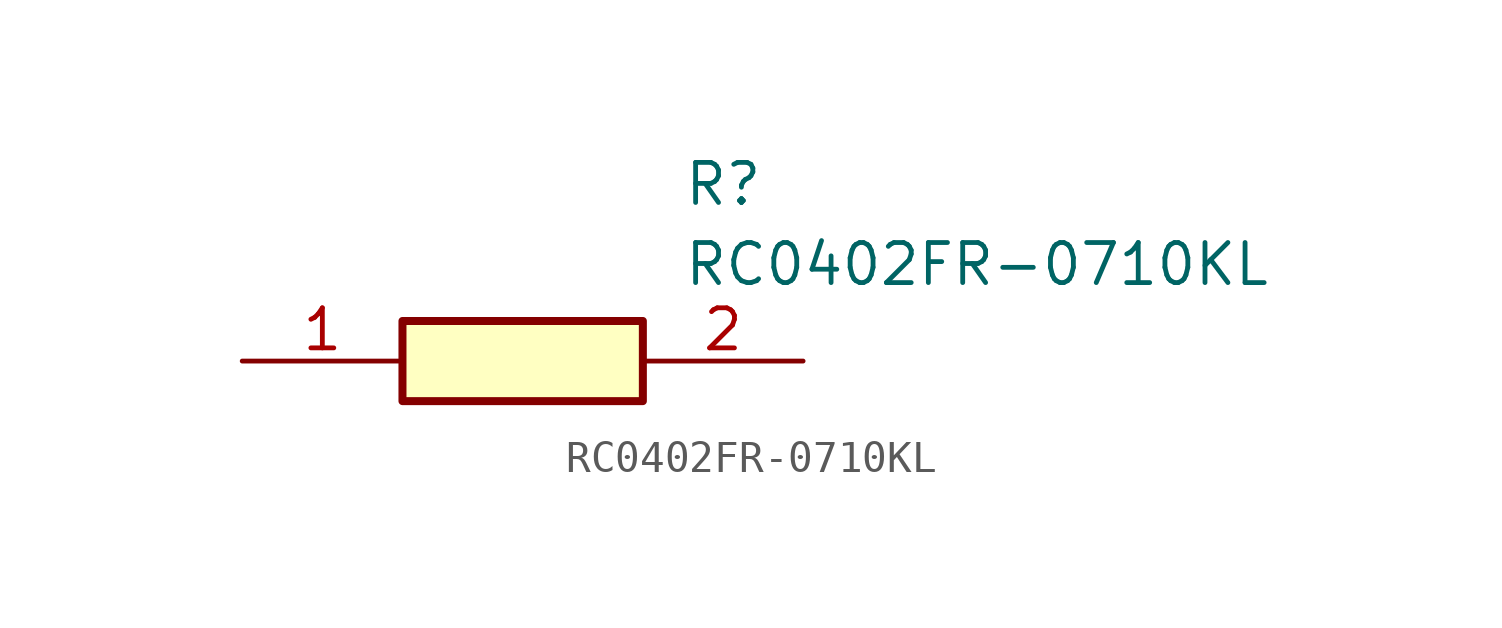
<source format=kicad_sym>
(kicad_symbol_lib
  (version 20211014)
  (generator SamacSys_ECAD_Model)
  (symbol "RC0402FR-0710KL"
    (pin_names hide)
    (property "Reference" "R"
      (at 13.97 6.35 0)
      (effects (font (size 1.27 1.27)) (justify left top)))
    (property "Value" "RC0402FR-0710KL"
      (at 13.97 3.81 0)
      (effects (font (size 1.27 1.27)) (justify left top)))
    (rectangle
      (start 5.08 1.27)
      (end 12.7 -1.27)
      (stroke (width 0.254) (type default))
      (fill (type background)))
    (pin passive line
      (at 0 0 0)
      (length 5.08)
      (name "1" (effects (font (size 1.27 1.27))))
      (number "1" (effects (font (size 1.27 1.27)))))
    (pin passive line
      (at 17.78 0 180)
      (length 5.08)
      (name "2" (effects (font (size 1.27 1.27))))
      (number "2" (effects (font (size 1.27 1.27)))))))
</source>
